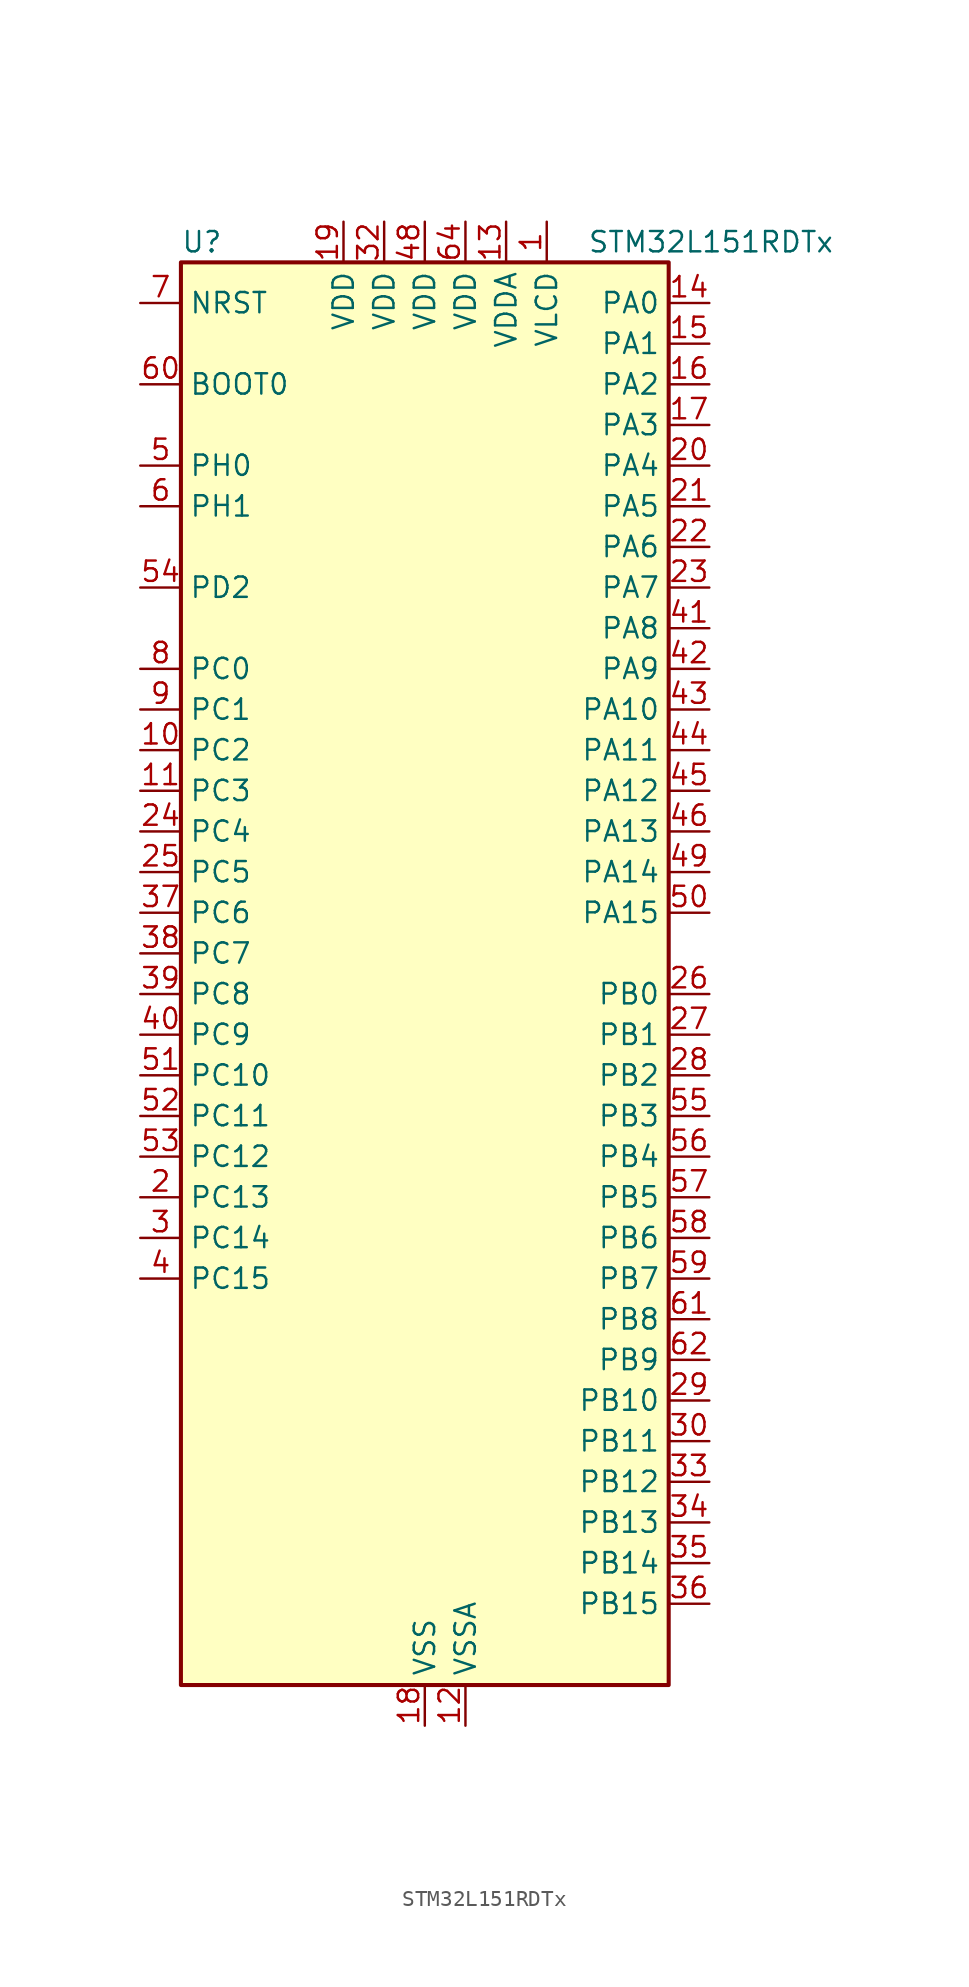
<source format=kicad_sym>
(kicad_symbol_lib
  (version 20220914)
  (generator kicad_symbol_editor)
  (symbol "STM32L151RDTx"
    (property "Reference" "U"
      (at -15.24 46.99 0)
      (effects (font (size 1.27 1.27)) (justify left)))
    (property "Value" "STM32L151RDTx"
      (at 10.16 46.99 0)
      (effects (font (size 1.27 1.27)) (justify left)))
    (property "ki_locked" ""
      (at 0 0 0)
      (effects (font (size 1.27 1.27))))
    (symbol "STM32L151RDTx_0_1"
      (rectangle (start -15.24 -43.18) (end 15.24 45.72) (stroke (width 0.254) (type default)) (fill (type background))))
    (symbol "STM32L151RDTx_1_1"
      (pin power_in line (at 7.62 48.26 270) (length 2.54) (name "VLCD" (effects (font (size 1.27 1.27)))) (number "1" (effects (font (size 1.27 1.27)))))
      (pin bidirectional line (at -17.78 15.24 0) (length 2.54) (name "PC2" (effects (font (size 1.27 1.27)))) (number "10" (effects (font (size 1.27 1.27)))) (alternate "ADC_IN12" bidirectional line) (alternate "COMP1_INP" bidirectional line) (alternate "OPAMP3_VINM" bidirectional line) (alternate "TIMX_IC3" bidirectional line) (alternate "TS_G8_IO3" bidirectional line))
      (pin bidirectional line (at -17.78 12.7 0) (length 2.54) (name "PC3" (effects (font (size 1.27 1.27)))) (number "11" (effects (font (size 1.27 1.27)))) (alternate "ADC_IN13" bidirectional line) (alternate "COMP1_INP" bidirectional line) (alternate "OPAMP3_VOUT" bidirectional line) (alternate "TIMX_IC4" bidirectional line) (alternate "TS_G8_IO4" bidirectional line))
      (pin power_in line (at 2.54 -45.72 90) (length 2.54) (name "VSSA" (effects (font (size 1.27 1.27)))) (number "12" (effects (font (size 1.27 1.27)))))
      (pin power_in line (at 5.08 48.26 270) (length 2.54) (name "VDDA" (effects (font (size 1.27 1.27)))) (number "13" (effects (font (size 1.27 1.27)))))
      (pin bidirectional line (at 17.78 43.18 180) (length 2.54) (name "PA0" (effects (font (size 1.27 1.27)))) (number "14" (effects (font (size 1.27 1.27)))) (alternate "ADC_IN0" bidirectional line) (alternate "COMP1_INP" bidirectional line) (alternate "RTC_TAMP2" bidirectional line) (alternate "SYS_WKUP1" bidirectional line) (alternate "TIM2_CH1" bidirectional line) (alternate "TIM2_ETR" bidirectional line) (alternate "TIM5_CH1" bidirectional line) (alternate "TIMX_IC1" bidirectional line) (alternate "TS_G1_IO1" bidirectional line) (alternate "USART2_CTS" bidirectional line))
      (pin bidirectional line (at 17.78 40.64 180) (length 2.54) (name "PA1" (effects (font (size 1.27 1.27)))) (number "15" (effects (font (size 1.27 1.27)))) (alternate "ADC_IN1" bidirectional line) (alternate "COMP1_INP" bidirectional line) (alternate "OPAMP1_VINP" bidirectional line) (alternate "TIM2_CH2" bidirectional line) (alternate "TIM5_CH2" bidirectional line) (alternate "TIMX_IC2" bidirectional line) (alternate "TS_G1_IO2" bidirectional line) (alternate "USART2_RTS" bidirectional line))
      (pin bidirectional line (at 17.78 38.1 180) (length 2.54) (name "PA2" (effects (font (size 1.27 1.27)))) (number "16" (effects (font (size 1.27 1.27)))) (alternate "ADC_IN2" bidirectional line) (alternate "COMP1_INP" bidirectional line) (alternate "OPAMP1_VINM" bidirectional line) (alternate "TIM2_CH3" bidirectional line) (alternate "TIM5_CH3" bidirectional line) (alternate "TIM9_CH1" bidirectional line) (alternate "TIMX_IC3" bidirectional line) (alternate "TS_G1_IO3" bidirectional line) (alternate "USART2_TX" bidirectional line))
      (pin bidirectional line (at 17.78 35.56 180) (length 2.54) (name "PA3" (effects (font (size 1.27 1.27)))) (number "17" (effects (font (size 1.27 1.27)))) (alternate "ADC_IN3" bidirectional line) (alternate "COMP1_INP" bidirectional line) (alternate "OPAMP1_VOUT" bidirectional line) (alternate "TIM2_CH4" bidirectional line) (alternate "TIM5_CH4" bidirectional line) (alternate "TIM9_CH2" bidirectional line) (alternate "TIMX_IC4" bidirectional line) (alternate "TS_G1_IO4" bidirectional line) (alternate "USART2_RX" bidirectional line))
      (pin power_in line (at 0 -45.72 90) (length 2.54) (name "VSS" (effects (font (size 1.27 1.27)))) (number "18" (effects (font (size 1.27 1.27)))))
      (pin power_in line (at -5.08 48.26 270) (length 2.54) (name "VDD" (effects (font (size 1.27 1.27)))) (number "19" (effects (font (size 1.27 1.27)))))
      (pin bidirectional line (at -17.78 -12.7 0) (length 2.54) (name "PC13" (effects (font (size 1.27 1.27)))) (number "2" (effects (font (size 1.27 1.27)))) (alternate "RTC_OUT_ALARM" bidirectional line) (alternate "RTC_OUT_CALIB" bidirectional line) (alternate "RTC_TAMP1" bidirectional line) (alternate "RTC_TS" bidirectional line) (alternate "SYS_WKUP2" bidirectional line) (alternate "TIMX_IC2" bidirectional line))
      (pin bidirectional line (at 17.78 33.02 180) (length 2.54) (name "PA4" (effects (font (size 1.27 1.27)))) (number "20" (effects (font (size 1.27 1.27)))) (alternate "ADC_IN4" bidirectional line) (alternate "COMP1_INP" bidirectional line) (alternate "DAC_OUT1" bidirectional line) (alternate "I2S3_WS" bidirectional line) (alternate "SPI1_NSS" bidirectional line) (alternate "SPI3_NSS" bidirectional line) (alternate "TIMX_IC1" bidirectional line) (alternate "USART2_CK" bidirectional line))
      (pin bidirectional line (at 17.78 30.48 180) (length 2.54) (name "PA5" (effects (font (size 1.27 1.27)))) (number "21" (effects (font (size 1.27 1.27)))) (alternate "ADC_IN5" bidirectional line) (alternate "COMP1_INP" bidirectional line) (alternate "DAC_OUT2" bidirectional line) (alternate "SPI1_SCK" bidirectional line) (alternate "TIM2_CH1" bidirectional line) (alternate "TIM2_ETR" bidirectional line) (alternate "TIMX_IC2" bidirectional line))
      (pin bidirectional line (at 17.78 27.94 180) (length 2.54) (name "PA6" (effects (font (size 1.27 1.27)))) (number "22" (effects (font (size 1.27 1.27)))) (alternate "ADC_IN6" bidirectional line) (alternate "COMP1_INP" bidirectional line) (alternate "OPAMP2_VINP" bidirectional line) (alternate "SPI1_MISO" bidirectional line) (alternate "TIM10_CH1" bidirectional line) (alternate "TIM3_CH1" bidirectional line) (alternate "TIMX_IC3" bidirectional line) (alternate "TS_G2_IO1" bidirectional line))
      (pin bidirectional line (at 17.78 25.4 180) (length 2.54) (name "PA7" (effects (font (size 1.27 1.27)))) (number "23" (effects (font (size 1.27 1.27)))) (alternate "ADC_IN7" bidirectional line) (alternate "COMP1_INP" bidirectional line) (alternate "OPAMP2_VINM" bidirectional line) (alternate "SPI1_MOSI" bidirectional line) (alternate "TIM11_CH1" bidirectional line) (alternate "TIM3_CH2" bidirectional line) (alternate "TIMX_IC4" bidirectional line) (alternate "TS_G2_IO2" bidirectional line))
      (pin bidirectional line (at -17.78 10.16 0) (length 2.54) (name "PC4" (effects (font (size 1.27 1.27)))) (number "24" (effects (font (size 1.27 1.27)))) (alternate "ADC_IN14" bidirectional line) (alternate "COMP1_INP" bidirectional line) (alternate "TIMX_IC1" bidirectional line) (alternate "TS_G9_IO1" bidirectional line))
      (pin bidirectional line (at -17.78 7.62 0) (length 2.54) (name "PC5" (effects (font (size 1.27 1.27)))) (number "25" (effects (font (size 1.27 1.27)))) (alternate "ADC_IN15" bidirectional line) (alternate "COMP1_INP" bidirectional line) (alternate "TIMX_IC2" bidirectional line) (alternate "TS_G9_IO2" bidirectional line))
      (pin bidirectional line (at 17.78 0 180) (length 2.54) (name "PB0" (effects (font (size 1.27 1.27)))) (number "26" (effects (font (size 1.27 1.27)))) (alternate "ADC_IN8" bidirectional line) (alternate "COMP1_INP" bidirectional line) (alternate "OPAMP2_VOUT" bidirectional line) (alternate "SYS_V_REF_OUT" bidirectional line) (alternate "TIM3_CH3" bidirectional line) (alternate "TS_G3_IO1" bidirectional line))
      (pin bidirectional line (at 17.78 -2.54 180) (length 2.54) (name "PB1" (effects (font (size 1.27 1.27)))) (number "27" (effects (font (size 1.27 1.27)))) (alternate "ADC_IN9" bidirectional line) (alternate "COMP1_INP" bidirectional line) (alternate "SYS_V_REF_OUT" bidirectional line) (alternate "TIM3_CH4" bidirectional line) (alternate "TS_G3_IO2" bidirectional line))
      (pin bidirectional line (at 17.78 -5.08 180) (length 2.54) (name "PB2" (effects (font (size 1.27 1.27)))) (number "28" (effects (font (size 1.27 1.27)))) (alternate "TS_G3_IO3" bidirectional line))
      (pin bidirectional line (at 17.78 -25.4 180) (length 2.54) (name "PB10" (effects (font (size 1.27 1.27)))) (number "29" (effects (font (size 1.27 1.27)))) (alternate "I2C2_SCL" bidirectional line) (alternate "TIM2_CH3" bidirectional line) (alternate "USART3_TX" bidirectional line))
      (pin bidirectional line (at -17.78 -15.24 0) (length 2.54) (name "PC14" (effects (font (size 1.27 1.27)))) (number "3" (effects (font (size 1.27 1.27)))) (alternate "RCC_OSC32_IN" bidirectional line) (alternate "TIMX_IC3" bidirectional line))
      (pin bidirectional line (at 17.78 -27.94 180) (length 2.54) (name "PB11" (effects (font (size 1.27 1.27)))) (number "30" (effects (font (size 1.27 1.27)))) (alternate "ADC_EXTI11" bidirectional line) (alternate "I2C2_SDA" bidirectional line) (alternate "TIM2_CH4" bidirectional line) (alternate "USART3_RX" bidirectional line))
      (pin passive line (at 0 -45.72 90) (length 2.54) hide (name "VSS" (effects (font (size 1.27 1.27)))) (number "31" (effects (font (size 1.27 1.27)))))
      (pin power_in line (at -2.54 48.26 270) (length 2.54) (name "VDD" (effects (font (size 1.27 1.27)))) (number "32" (effects (font (size 1.27 1.27)))))
      (pin bidirectional line (at 17.78 -30.48 180) (length 2.54) (name "PB12" (effects (font (size 1.27 1.27)))) (number "33" (effects (font (size 1.27 1.27)))) (alternate "ADC_IN18" bidirectional line) (alternate "COMP1_INP" bidirectional line) (alternate "I2C2_SMBA" bidirectional line) (alternate "I2S2_WS" bidirectional line) (alternate "SPI2_NSS" bidirectional line) (alternate "TIM10_CH1" bidirectional line) (alternate "TS_G7_IO1" bidirectional line) (alternate "USART3_CK" bidirectional line))
      (pin bidirectional line (at 17.78 -33.02 180) (length 2.54) (name "PB13" (effects (font (size 1.27 1.27)))) (number "34" (effects (font (size 1.27 1.27)))) (alternate "ADC_IN19" bidirectional line) (alternate "COMP1_INP" bidirectional line) (alternate "I2S2_CK" bidirectional line) (alternate "SPI2_SCK" bidirectional line) (alternate "TIM9_CH1" bidirectional line) (alternate "TS_G7_IO2" bidirectional line) (alternate "USART3_CTS" bidirectional line))
      (pin bidirectional line (at 17.78 -35.56 180) (length 2.54) (name "PB14" (effects (font (size 1.27 1.27)))) (number "35" (effects (font (size 1.27 1.27)))) (alternate "ADC_IN20" bidirectional line) (alternate "COMP1_INP" bidirectional line) (alternate "SPI2_MISO" bidirectional line) (alternate "TIM9_CH2" bidirectional line) (alternate "TS_G7_IO3" bidirectional line) (alternate "USART3_RTS" bidirectional line))
      (pin bidirectional line (at 17.78 -38.1 180) (length 2.54) (name "PB15" (effects (font (size 1.27 1.27)))) (number "36" (effects (font (size 1.27 1.27)))) (alternate "ADC_EXTI15" bidirectional line) (alternate "ADC_IN21" bidirectional line) (alternate "COMP1_INP" bidirectional line) (alternate "I2S2_SD" bidirectional line) (alternate "RTC_REFIN" bidirectional line) (alternate "SPI2_MOSI" bidirectional line) (alternate "TIM11_CH1" bidirectional line) (alternate "TS_G7_IO4" bidirectional line))
      (pin bidirectional line (at -17.78 5.08 0) (length 2.54) (name "PC6" (effects (font (size 1.27 1.27)))) (number "37" (effects (font (size 1.27 1.27)))) (alternate "I2S2_MCK" bidirectional line) (alternate "SDIO_D6" bidirectional line) (alternate "TIM3_CH1" bidirectional line) (alternate "TIMX_IC3" bidirectional line) (alternate "TS_G10_IO1" bidirectional line))
      (pin bidirectional line (at -17.78 2.54 0) (length 2.54) (name "PC7" (effects (font (size 1.27 1.27)))) (number "38" (effects (font (size 1.27 1.27)))) (alternate "I2S3_MCK" bidirectional line) (alternate "SDIO_D7" bidirectional line) (alternate "TIM3_CH2" bidirectional line) (alternate "TIMX_IC4" bidirectional line) (alternate "TS_G10_IO2" bidirectional line))
      (pin bidirectional line (at -17.78 0 0) (length 2.54) (name "PC8" (effects (font (size 1.27 1.27)))) (number "39" (effects (font (size 1.27 1.27)))) (alternate "SDIO_D0" bidirectional line) (alternate "TIM3_CH3" bidirectional line) (alternate "TIMX_IC1" bidirectional line) (alternate "TS_G10_IO3" bidirectional line))
      (pin bidirectional line (at -17.78 -17.78 0) (length 2.54) (name "PC15" (effects (font (size 1.27 1.27)))) (number "4" (effects (font (size 1.27 1.27)))) (alternate "ADC_EXTI15" bidirectional line) (alternate "RCC_OSC32_OUT" bidirectional line) (alternate "TIMX_IC4" bidirectional line))
      (pin bidirectional line (at -17.78 -2.54 0) (length 2.54) (name "PC9" (effects (font (size 1.27 1.27)))) (number "40" (effects (font (size 1.27 1.27)))) (alternate "DAC_EXTI9" bidirectional line) (alternate "SDIO_D1" bidirectional line) (alternate "TIM3_CH4" bidirectional line) (alternate "TIMX_IC2" bidirectional line) (alternate "TS_G10_IO4" bidirectional line))
      (pin bidirectional line (at 17.78 22.86 180) (length 2.54) (name "PA8" (effects (font (size 1.27 1.27)))) (number "41" (effects (font (size 1.27 1.27)))) (alternate "RCC_MCO" bidirectional line) (alternate "TIMX_IC1" bidirectional line) (alternate "TS_G4_IO1" bidirectional line) (alternate "USART1_CK" bidirectional line))
      (pin bidirectional line (at 17.78 20.32 180) (length 2.54) (name "PA9" (effects (font (size 1.27 1.27)))) (number "42" (effects (font (size 1.27 1.27)))) (alternate "DAC_EXTI9" bidirectional line) (alternate "TIMX_IC2" bidirectional line) (alternate "TS_G4_IO2" bidirectional line) (alternate "USART1_TX" bidirectional line))
      (pin bidirectional line (at 17.78 17.78 180) (length 2.54) (name "PA10" (effects (font (size 1.27 1.27)))) (number "43" (effects (font (size 1.27 1.27)))) (alternate "TIMX_IC3" bidirectional line) (alternate "TS_G4_IO3" bidirectional line) (alternate "USART1_RX" bidirectional line))
      (pin bidirectional line (at 17.78 15.24 180) (length 2.54) (name "PA11" (effects (font (size 1.27 1.27)))) (number "44" (effects (font (size 1.27 1.27)))) (alternate "ADC_EXTI11" bidirectional line) (alternate "SPI1_MISO" bidirectional line) (alternate "TIMX_IC4" bidirectional line) (alternate "USART1_CTS" bidirectional line) (alternate "USB_DM" bidirectional line))
      (pin bidirectional line (at 17.78 12.7 180) (length 2.54) (name "PA12" (effects (font (size 1.27 1.27)))) (number "45" (effects (font (size 1.27 1.27)))) (alternate "SPI1_MOSI" bidirectional line) (alternate "TIMX_IC1" bidirectional line) (alternate "USART1_RTS" bidirectional line) (alternate "USB_DP" bidirectional line))
      (pin bidirectional line (at 17.78 10.16 180) (length 2.54) (name "PA13" (effects (font (size 1.27 1.27)))) (number "46" (effects (font (size 1.27 1.27)))) (alternate "SYS_JTMS-SWDIO" bidirectional line) (alternate "TIMX_IC2" bidirectional line) (alternate "TS_G5_IO1" bidirectional line))
      (pin passive line (at 0 -45.72 90) (length 2.54) hide (name "VSS" (effects (font (size 1.27 1.27)))) (number "47" (effects (font (size 1.27 1.27)))))
      (pin power_in line (at 0 48.26 270) (length 2.54) (name "VDD" (effects (font (size 1.27 1.27)))) (number "48" (effects (font (size 1.27 1.27)))))
      (pin bidirectional line (at 17.78 7.62 180) (length 2.54) (name "PA14" (effects (font (size 1.27 1.27)))) (number "49" (effects (font (size 1.27 1.27)))) (alternate "SYS_JTCK-SWCLK" bidirectional line) (alternate "TIMX_IC3" bidirectional line) (alternate "TS_G5_IO2" bidirectional line))
      (pin bidirectional line (at -17.78 33.02 0) (length 2.54) (name "PH0" (effects (font (size 1.27 1.27)))) (number "5" (effects (font (size 1.27 1.27)))) (alternate "RCC_OSC_IN" bidirectional line))
      (pin bidirectional line (at 17.78 5.08 180) (length 2.54) (name "PA15" (effects (font (size 1.27 1.27)))) (number "50" (effects (font (size 1.27 1.27)))) (alternate "ADC_EXTI15" bidirectional line) (alternate "I2S3_WS" bidirectional line) (alternate "SPI1_NSS" bidirectional line) (alternate "SPI3_NSS" bidirectional line) (alternate "SYS_JTDI" bidirectional line) (alternate "TIM2_CH1" bidirectional line) (alternate "TIM2_ETR" bidirectional line) (alternate "TIMX_IC4" bidirectional line) (alternate "TS_G5_IO3" bidirectional line))
      (pin bidirectional line (at -17.78 -5.08 0) (length 2.54) (name "PC10" (effects (font (size 1.27 1.27)))) (number "51" (effects (font (size 1.27 1.27)))) (alternate "I2S3_CK" bidirectional line) (alternate "SDIO_D2" bidirectional line) (alternate "SPI3_SCK" bidirectional line) (alternate "TIMX_IC3" bidirectional line) (alternate "UART4_TX" bidirectional line) (alternate "USART3_TX" bidirectional line))
      (pin bidirectional line (at -17.78 -7.62 0) (length 2.54) (name "PC11" (effects (font (size 1.27 1.27)))) (number "52" (effects (font (size 1.27 1.27)))) (alternate "ADC_EXTI11" bidirectional line) (alternate "SDIO_D3" bidirectional line) (alternate "SPI3_MISO" bidirectional line) (alternate "TIMX_IC4" bidirectional line) (alternate "UART4_RX" bidirectional line) (alternate "USART3_RX" bidirectional line))
      (pin bidirectional line (at -17.78 -10.16 0) (length 2.54) (name "PC12" (effects (font (size 1.27 1.27)))) (number "53" (effects (font (size 1.27 1.27)))) (alternate "I2S3_SD" bidirectional line) (alternate "SDIO_CK" bidirectional line) (alternate "SPI3_MOSI" bidirectional line) (alternate "TIMX_IC1" bidirectional line) (alternate "UART5_TX" bidirectional line) (alternate "USART3_CK" bidirectional line))
      (pin bidirectional line (at -17.78 25.4 0) (length 2.54) (name "PD2" (effects (font (size 1.27 1.27)))) (number "54" (effects (font (size 1.27 1.27)))) (alternate "SDIO_CMD" bidirectional line) (alternate "TIM3_ETR" bidirectional line) (alternate "TIMX_IC3" bidirectional line) (alternate "UART5_RX" bidirectional line))
      (pin bidirectional line (at 17.78 -7.62 180) (length 2.54) (name "PB3" (effects (font (size 1.27 1.27)))) (number "55" (effects (font (size 1.27 1.27)))) (alternate "COMP2_INM" bidirectional line) (alternate "I2S3_CK" bidirectional line) (alternate "SPI1_SCK" bidirectional line) (alternate "SPI3_SCK" bidirectional line) (alternate "SYS_JTDO-TRACESWO" bidirectional line) (alternate "TIM2_CH2" bidirectional line))
      (pin bidirectional line (at 17.78 -10.16 180) (length 2.54) (name "PB4" (effects (font (size 1.27 1.27)))) (number "56" (effects (font (size 1.27 1.27)))) (alternate "COMP2_INP" bidirectional line) (alternate "SPI1_MISO" bidirectional line) (alternate "SPI3_MISO" bidirectional line) (alternate "SYS_JTRST" bidirectional line) (alternate "TIM3_CH1" bidirectional line) (alternate "TS_G6_IO1" bidirectional line))
      (pin bidirectional line (at 17.78 -12.7 180) (length 2.54) (name "PB5" (effects (font (size 1.27 1.27)))) (number "57" (effects (font (size 1.27 1.27)))) (alternate "COMP2_INP" bidirectional line) (alternate "I2C1_SMBA" bidirectional line) (alternate "I2S3_SD" bidirectional line) (alternate "SPI1_MOSI" bidirectional line) (alternate "SPI3_MOSI" bidirectional line) (alternate "TIM3_CH2" bidirectional line) (alternate "TS_G6_IO2" bidirectional line))
      (pin bidirectional line (at 17.78 -15.24 180) (length 2.54) (name "PB6" (effects (font (size 1.27 1.27)))) (number "58" (effects (font (size 1.27 1.27)))) (alternate "COMP2_INP" bidirectional line) (alternate "I2C1_SCL" bidirectional line) (alternate "TIM4_CH1" bidirectional line) (alternate "TS_G6_IO3" bidirectional line) (alternate "USART1_TX" bidirectional line))
      (pin bidirectional line (at 17.78 -17.78 180) (length 2.54) (name "PB7" (effects (font (size 1.27 1.27)))) (number "59" (effects (font (size 1.27 1.27)))) (alternate "COMP2_INP" bidirectional line) (alternate "I2C1_SDA" bidirectional line) (alternate "SYS_PVD_IN" bidirectional line) (alternate "TIM4_CH2" bidirectional line) (alternate "TS_G6_IO4" bidirectional line) (alternate "USART1_RX" bidirectional line))
      (pin bidirectional line (at -17.78 30.48 0) (length 2.54) (name "PH1" (effects (font (size 1.27 1.27)))) (number "6" (effects (font (size 1.27 1.27)))) (alternate "RCC_OSC_OUT" bidirectional line))
      (pin input line (at -17.78 38.1 0) (length 2.54) (name "BOOT0" (effects (font (size 1.27 1.27)))) (number "60" (effects (font (size 1.27 1.27)))))
      (pin bidirectional line (at 17.78 -20.32 180) (length 2.54) (name "PB8" (effects (font (size 1.27 1.27)))) (number "61" (effects (font (size 1.27 1.27)))) (alternate "I2C1_SCL" bidirectional line) (alternate "SDIO_D4" bidirectional line) (alternate "TIM10_CH1" bidirectional line) (alternate "TIM4_CH3" bidirectional line))
      (pin bidirectional line (at 17.78 -22.86 180) (length 2.54) (name "PB9" (effects (font (size 1.27 1.27)))) (number "62" (effects (font (size 1.27 1.27)))) (alternate "DAC_EXTI9" bidirectional line) (alternate "I2C1_SDA" bidirectional line) (alternate "SDIO_D5" bidirectional line) (alternate "TIM11_CH1" bidirectional line) (alternate "TIM4_CH4" bidirectional line))
      (pin passive line (at 0 -45.72 90) (length 2.54) hide (name "VSS" (effects (font (size 1.27 1.27)))) (number "63" (effects (font (size 1.27 1.27)))))
      (pin power_in line (at 2.54 48.26 270) (length 2.54) (name "VDD" (effects (font (size 1.27 1.27)))) (number "64" (effects (font (size 1.27 1.27)))))
      (pin input line (at -17.78 43.18 0) (length 2.54) (name "NRST" (effects (font (size 1.27 1.27)))) (number "7" (effects (font (size 1.27 1.27)))))
      (pin bidirectional line (at -17.78 20.32 0) (length 2.54) (name "PC0" (effects (font (size 1.27 1.27)))) (number "8" (effects (font (size 1.27 1.27)))) (alternate "ADC_IN10" bidirectional line) (alternate "COMP1_INP" bidirectional line) (alternate "TIMX_IC1" bidirectional line) (alternate "TS_G8_IO1" bidirectional line))
      (pin bidirectional line (at -17.78 17.78 0) (length 2.54) (name "PC1" (effects (font (size 1.27 1.27)))) (number "9" (effects (font (size 1.27 1.27)))) (alternate "ADC_IN11" bidirectional line) (alternate "COMP1_INP" bidirectional line) (alternate "OPAMP3_VINP" bidirectional line) (alternate "TIMX_IC2" bidirectional line) (alternate "TS_G8_IO2" bidirectional line)))))
</source>
